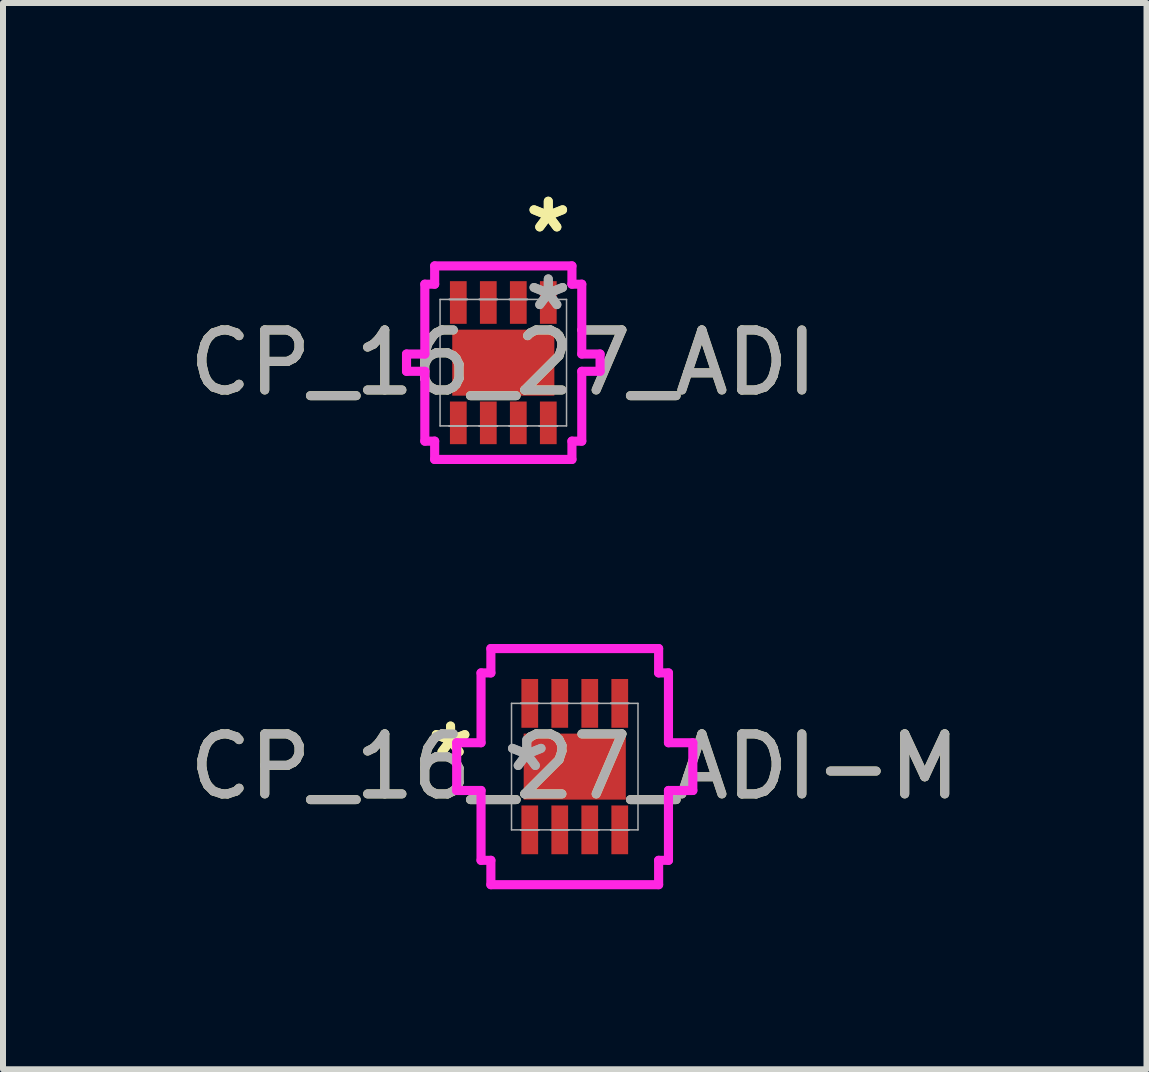
<source format=kicad_pcb>
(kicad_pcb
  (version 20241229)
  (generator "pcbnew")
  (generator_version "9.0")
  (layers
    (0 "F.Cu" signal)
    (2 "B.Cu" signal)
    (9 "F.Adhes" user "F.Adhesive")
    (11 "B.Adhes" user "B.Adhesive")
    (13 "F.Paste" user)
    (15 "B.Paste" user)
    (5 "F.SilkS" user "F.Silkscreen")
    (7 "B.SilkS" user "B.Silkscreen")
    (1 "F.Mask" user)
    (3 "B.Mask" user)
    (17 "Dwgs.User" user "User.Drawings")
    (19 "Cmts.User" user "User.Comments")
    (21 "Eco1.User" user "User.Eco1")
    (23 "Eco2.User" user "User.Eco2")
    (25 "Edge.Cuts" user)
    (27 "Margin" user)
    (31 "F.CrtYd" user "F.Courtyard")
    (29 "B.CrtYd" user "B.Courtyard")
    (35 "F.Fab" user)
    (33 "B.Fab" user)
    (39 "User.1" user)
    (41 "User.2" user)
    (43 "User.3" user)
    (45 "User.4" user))
  (footprint "CP_16_27_ADI"
    (layer "F.Cu")
    (at 5.339 2.995)
    (property "Reference" "CP_16_27_ADI" (at 0 0 0) (unlocked yes) (layer "F.SilkS") (effects (font (size 1 1) (thickness 0.15))))
    (attr smd)
    (fp_line (start -1.613 -0.144) (end -1.308 -0.144) (stroke (width 0.152) (type solid)) (layer "F.CrtYd"))
    (fp_line (start -1.613 0.144) (end -1.613 -0.144) (stroke (width 0.152) (type solid)) (layer "F.CrtYd"))
    (fp_line (start -1.308 -1.308) (end -1.144 -1.308) (stroke (width 0.152) (type solid)) (layer "F.CrtYd"))
    (fp_line (start -1.308 -0.144) (end -1.308 -1.308) (stroke (width 0.152) (type solid)) (layer "F.CrtYd"))
    (fp_line (start -1.308 0.144) (end -1.613 0.144) (stroke (width 0.152) (type solid)) (layer "F.CrtYd"))
    (fp_line (start -1.308 1.308) (end -1.308 0.144) (stroke (width 0.152) (type solid)) (layer "F.CrtYd"))
    (fp_line (start -1.144 -1.613) (end 1.144 -1.613) (stroke (width 0.152) (type solid)) (layer "F.CrtYd"))
    (fp_line (start -1.144 -1.308) (end -1.144 -1.613) (stroke (width 0.152) (type solid)) (layer "F.CrtYd"))
    (fp_line (start -1.144 1.308) (end -1.308 1.308) (stroke (width 0.152) (type solid)) (layer "F.CrtYd"))
    (fp_line (start -1.144 1.613) (end -1.144 1.308) (stroke (width 0.152) (type solid)) (layer "F.CrtYd"))
    (fp_line (start 1.144 -1.613) (end 1.144 -1.308) (stroke (width 0.152) (type solid)) (layer "F.CrtYd"))
    (fp_line (start 1.144 -1.308) (end 1.308 -1.308) (stroke (width 0.152) (type solid)) (layer "F.CrtYd"))
    (fp_line (start 1.144 1.308) (end 1.144 1.613) (stroke (width 0.152) (type solid)) (layer "F.CrtYd"))
    (fp_line (start 1.144 1.613) (end -1.144 1.613) (stroke (width 0.152) (type solid)) (layer "F.CrtYd"))
    (fp_line (start 1.308 -1.308) (end 1.308 -0.144) (stroke (width 0.152) (type solid)) (layer "F.CrtYd"))
    (fp_line (start 1.308 -0.144) (end 1.613 -0.144) (stroke (width 0.152) (type solid)) (layer "F.CrtYd"))
    (fp_line (start 1.308 0.144) (end 1.308 1.308) (stroke (width 0.152) (type solid)) (layer "F.CrtYd"))
    (fp_line (start 1.308 1.308) (end 1.144 1.308) (stroke (width 0.152) (type solid)) (layer "F.CrtYd"))
    (fp_line (start 1.613 -0.144) (end 1.613 0.144) (stroke (width 0.152) (type solid)) (layer "F.CrtYd"))
    (fp_line (start 1.613 0.144) (end 1.308 0.144) (stroke (width 0.152) (type solid)) (layer "F.CrtYd"))
    (fp_line (start -1.054 -1.054) (end -1.054 1.054) (stroke (width 0.025) (type solid)) (layer "F.Fab"))
    (fp_line (start -1.054 1.054) (end 1.054 1.054) (stroke (width 0.025) (type solid)) (layer "F.Fab"))
    (fp_line (start -0.902 -1.054) (end -0.902 -1.054) (stroke (width 0.025) (type solid)) (layer "F.Fab"))
    (fp_line (start -0.902 -1.054) (end -0.598 -1.054) (stroke (width 0.025) (type solid)) (layer "F.Fab"))
    (fp_line (start -0.902 1.054) (end -0.902 1.054) (stroke (width 0.025) (type solid)) (layer "F.Fab"))
    (fp_line (start -0.902 1.054) (end -0.598 1.054) (stroke (width 0.025) (type solid)) (layer "F.Fab"))
    (fp_line (start -0.598 -1.054) (end -0.902 -1.054) (stroke (width 0.025) (type solid)) (layer "F.Fab"))
    (fp_line (start -0.598 -1.054) (end -0.598 -1.054) (stroke (width 0.025) (type solid)) (layer "F.Fab"))
    (fp_line (start -0.598 1.054) (end -0.902 1.054) (stroke (width 0.025) (type solid)) (layer "F.Fab"))
    (fp_line (start -0.598 1.054) (end -0.598 1.054) (stroke (width 0.025) (type solid)) (layer "F.Fab"))
    (fp_line (start -0.402 -1.054) (end -0.402 -1.054) (stroke (width 0.025) (type solid)) (layer "F.Fab"))
    (fp_line (start -0.402 -1.054) (end -0.098 -1.054) (stroke (width 0.025) (type solid)) (layer "F.Fab"))
    (fp_line (start -0.402 1.054) (end -0.402 1.054) (stroke (width 0.025) (type solid)) (layer "F.Fab"))
    (fp_line (start -0.402 1.054) (end -0.098 1.054) (stroke (width 0.025) (type solid)) (layer "F.Fab"))
    (fp_line (start -0.098 -1.054) (end -0.402 -1.054) (stroke (width 0.025) (type solid)) (layer "F.Fab"))
    (fp_line (start -0.098 -1.054) (end -0.098 -1.054) (stroke (width 0.025) (type solid)) (layer "F.Fab"))
    (fp_line (start -0.098 1.054) (end -0.402 1.054) (stroke (width 0.025) (type solid)) (layer "F.Fab"))
    (fp_line (start -0.098 1.054) (end -0.098 1.054) (stroke (width 0.025) (type solid)) (layer "F.Fab"))
    (fp_line (start 0.098 -1.054) (end 0.098 -1.054) (stroke (width 0.025) (type solid)) (layer "F.Fab"))
    (fp_line (start 0.098 -1.054) (end 0.402 -1.054) (stroke (width 0.025) (type solid)) (layer "F.Fab"))
    (fp_line (start 0.098 1.054) (end 0.098 1.054) (stroke (width 0.025) (type solid)) (layer "F.Fab"))
    (fp_line (start 0.098 1.054) (end 0.402 1.054) (stroke (width 0.025) (type solid)) (layer "F.Fab"))
    (fp_line (start 0.402 -1.054) (end 0.098 -1.054) (stroke (width 0.025) (type solid)) (layer "F.Fab"))
    (fp_line (start 0.402 -1.054) (end 0.402 -1.054) (stroke (width 0.025) (type solid)) (layer "F.Fab"))
    (fp_line (start 0.402 1.054) (end 0.098 1.054) (stroke (width 0.025) (type solid)) (layer "F.Fab"))
    (fp_line (start 0.402 1.054) (end 0.402 1.054) (stroke (width 0.025) (type solid)) (layer "F.Fab"))
    (fp_line (start 0.598 -1.054) (end 0.598 -1.054) (stroke (width 0.025) (type solid)) (layer "F.Fab"))
    (fp_line (start 0.598 -1.054) (end 0.902 -1.054) (stroke (width 0.025) (type solid)) (layer "F.Fab"))
    (fp_line (start 0.598 1.054) (end 0.598 1.054) (stroke (width 0.025) (type solid)) (layer "F.Fab"))
    (fp_line (start 0.598 1.054) (end 0.902 1.054) (stroke (width 0.025) (type solid)) (layer "F.Fab"))
    (fp_line (start 0.902 -1.054) (end 0.598 -1.054) (stroke (width 0.025) (type solid)) (layer "F.Fab"))
    (fp_line (start 0.902 -1.054) (end 0.902 -1.054) (stroke (width 0.025) (type solid)) (layer "F.Fab"))
    (fp_line (start 0.902 1.054) (end 0.598 1.054) (stroke (width 0.025) (type solid)) (layer "F.Fab"))
    (fp_line (start 0.902 1.054) (end 0.902 1.054) (stroke (width 0.025) (type solid)) (layer "F.Fab"))
    (fp_line (start 1.054 -1.054) (end -1.054 -1.054) (stroke (width 0.025) (type solid)) (layer "F.Fab"))
    (fp_line (start 1.054 1.054) (end 1.054 -1.054) (stroke (width 0.025) (type solid)) (layer "F.Fab"))
    (fp_text user "*" (at 0.75 -2.146 0) (layer "F.SilkS") (effects (font (size 1 1) (thickness 0.15))))
    (fp_text user "*" (at 0.75 -2.146 0) (unlocked yes) (layer "F.SilkS") (effects (font (size 1 1) (thickness 0.15))))
    (fp_text user "*" (at 0.75 -0.851 0) (layer "F.Fab") (effects (font (size 1 1) (thickness 0.15))))
    (fp_text user "${REFERENCE}" (at 0 0 0) (unlocked yes) (layer "F.Fab") (effects (font (size 1 1) (thickness 0.15))))
    (fp_text user "*" (at 0.75 -0.851 0) (unlocked yes) (layer "F.Fab") (effects (font (size 1 1) (thickness 0.15))))
    (pad "1" smd rect (at 0.75 -1.003) (size 0.279 0.711) (layers "F.Cu" "F.Mask" "F.Paste"))
    (pad "2" smd rect (at 0.25 -1.003) (size 0.279 0.711) (layers "F.Cu" "F.Mask" "F.Paste"))
    (pad "3" smd rect (at -0.25 -1.003) (size 0.279 0.711) (layers "F.Cu" "F.Mask" "F.Paste"))
    (pad "4" smd rect (at -0.75 -1.003) (size 0.279 0.711) (layers "F.Cu" "F.Mask" "F.Paste"))
    (pad "5" smd rect (at -0.75 1.003) (size 0.279 0.711) (layers "F.Cu" "F.Mask" "F.Paste"))
    (pad "6" smd rect (at -0.25 1.003) (size 0.279 0.711) (layers "F.Cu" "F.Mask" "F.Paste"))
    (pad "7" smd rect (at 0.25 1.003) (size 0.279 0.711) (layers "F.Cu" "F.Mask" "F.Paste"))
    (pad "8" smd rect (at 0.75 1.003) (size 0.279 0.711) (layers "F.Cu" "F.Mask" "F.Paste"))
    (pad "HTAB" smd rect (at 0 0) (size 1.702 1.1) (layers "F.Cu" "F.Mask" "F.Paste")))
  (footprint "CP_16_27_ADI-M"
    (layer "F.Cu")
    (at 6.53 9.728)
    (property "Reference" "CP_16_27_ADI-M" (at 0 0 0) (unlocked yes) (layer "F.SilkS") (effects (font (size 1 1) (thickness 0.15))))
    (attr smd)
    (fp_line (start -1.968 -0.398) (end -1.562 -0.398) (stroke (width 0.152) (type solid)) (layer "F.CrtYd"))
    (fp_line (start -1.968 0.398) (end -1.968 -0.398) (stroke (width 0.152) (type solid)) (layer "F.CrtYd"))
    (fp_line (start -1.562 -1.562) (end -1.398 -1.562) (stroke (width 0.152) (type solid)) (layer "F.CrtYd"))
    (fp_line (start -1.562 -0.398) (end -1.562 -1.562) (stroke (width 0.152) (type solid)) (layer "F.CrtYd"))
    (fp_line (start -1.562 0.398) (end -1.968 0.398) (stroke (width 0.152) (type solid)) (layer "F.CrtYd"))
    (fp_line (start -1.562 1.562) (end -1.562 0.398) (stroke (width 0.152) (type solid)) (layer "F.CrtYd"))
    (fp_line (start -1.398 -1.968) (end 1.398 -1.968) (stroke (width 0.152) (type solid)) (layer "F.CrtYd"))
    (fp_line (start -1.398 -1.562) (end -1.398 -1.968) (stroke (width 0.152) (type solid)) (layer "F.CrtYd"))
    (fp_line (start -1.398 1.562) (end -1.562 1.562) (stroke (width 0.152) (type solid)) (layer "F.CrtYd"))
    (fp_line (start -1.398 1.968) (end -1.398 1.562) (stroke (width 0.152) (type solid)) (layer "F.CrtYd"))
    (fp_line (start 1.398 -1.968) (end 1.398 -1.562) (stroke (width 0.152) (type solid)) (layer "F.CrtYd"))
    (fp_line (start 1.398 -1.562) (end 1.562 -1.562) (stroke (width 0.152) (type solid)) (layer "F.CrtYd"))
    (fp_line (start 1.398 1.562) (end 1.398 1.968) (stroke (width 0.152) (type solid)) (layer "F.CrtYd"))
    (fp_line (start 1.398 1.968) (end -1.398 1.968) (stroke (width 0.152) (type solid)) (layer "F.CrtYd"))
    (fp_line (start 1.562 -1.562) (end 1.562 -0.398) (stroke (width 0.152) (type solid)) (layer "F.CrtYd"))
    (fp_line (start 1.562 -0.398) (end 1.968 -0.398) (stroke (width 0.152) (type solid)) (layer "F.CrtYd"))
    (fp_line (start 1.562 0.398) (end 1.562 1.562) (stroke (width 0.152) (type solid)) (layer "F.CrtYd"))
    (fp_line (start 1.562 1.562) (end 1.398 1.562) (stroke (width 0.152) (type solid)) (layer "F.CrtYd"))
    (fp_line (start 1.968 -0.398) (end 1.968 0.398) (stroke (width 0.152) (type solid)) (layer "F.CrtYd"))
    (fp_line (start 1.968 0.398) (end 1.562 0.398) (stroke (width 0.152) (type solid)) (layer "F.CrtYd"))
    (fp_line (start -1.054 -1.054) (end -1.054 1.054) (stroke (width 0.025) (type solid)) (layer "F.Fab"))
    (fp_line (start -1.054 1.054) (end 1.054 1.054) (stroke (width 0.025) (type solid)) (layer "F.Fab"))
    (fp_line (start -0.902 -1.054) (end -0.902 -1.054) (stroke (width 0.025) (type solid)) (layer "F.Fab"))
    (fp_line (start -0.902 -1.054) (end -0.598 -1.054) (stroke (width 0.025) (type solid)) (layer "F.Fab"))
    (fp_line (start -0.902 1.054) (end -0.902 1.054) (stroke (width 0.025) (type solid)) (layer "F.Fab"))
    (fp_line (start -0.902 1.054) (end -0.598 1.054) (stroke (width 0.025) (type solid)) (layer "F.Fab"))
    (fp_line (start -0.598 -1.054) (end -0.902 -1.054) (stroke (width 0.025) (type solid)) (layer "F.Fab"))
    (fp_line (start -0.598 -1.054) (end -0.598 -1.054) (stroke (width 0.025) (type solid)) (layer "F.Fab"))
    (fp_line (start -0.598 1.054) (end -0.902 1.054) (stroke (width 0.025) (type solid)) (layer "F.Fab"))
    (fp_line (start -0.598 1.054) (end -0.598 1.054) (stroke (width 0.025) (type solid)) (layer "F.Fab"))
    (fp_line (start -0.402 -1.054) (end -0.402 -1.054) (stroke (width 0.025) (type solid)) (layer "F.Fab"))
    (fp_line (start -0.402 -1.054) (end -0.098 -1.054) (stroke (width 0.025) (type solid)) (layer "F.Fab"))
    (fp_line (start -0.402 1.054) (end -0.402 1.054) (stroke (width 0.025) (type solid)) (layer "F.Fab"))
    (fp_line (start -0.402 1.054) (end -0.098 1.054) (stroke (width 0.025) (type solid)) (layer "F.Fab"))
    (fp_line (start -0.098 -1.054) (end -0.402 -1.054) (stroke (width 0.025) (type solid)) (layer "F.Fab"))
    (fp_line (start -0.098 -1.054) (end -0.098 -1.054) (stroke (width 0.025) (type solid)) (layer "F.Fab"))
    (fp_line (start -0.098 1.054) (end -0.402 1.054) (stroke (width 0.025) (type solid)) (layer "F.Fab"))
    (fp_line (start -0.098 1.054) (end -0.098 1.054) (stroke (width 0.025) (type solid)) (layer "F.Fab"))
    (fp_line (start 0.098 -1.054) (end 0.098 -1.054) (stroke (width 0.025) (type solid)) (layer "F.Fab"))
    (fp_line (start 0.098 -1.054) (end 0.402 -1.054) (stroke (width 0.025) (type solid)) (layer "F.Fab"))
    (fp_line (start 0.098 1.054) (end 0.098 1.054) (stroke (width 0.025) (type solid)) (layer "F.Fab"))
    (fp_line (start 0.098 1.054) (end 0.402 1.054) (stroke (width 0.025) (type solid)) (layer "F.Fab"))
    (fp_line (start 0.402 -1.054) (end 0.098 -1.054) (stroke (width 0.025) (type solid)) (layer "F.Fab"))
    (fp_line (start 0.402 -1.054) (end 0.402 -1.054) (stroke (width 0.025) (type solid)) (layer "F.Fab"))
    (fp_line (start 0.402 1.054) (end 0.098 1.054) (stroke (width 0.025) (type solid)) (layer "F.Fab"))
    (fp_line (start 0.402 1.054) (end 0.402 1.054) (stroke (width 0.025) (type solid)) (layer "F.Fab"))
    (fp_line (start 0.598 -1.054) (end 0.598 -1.054) (stroke (width 0.025) (type solid)) (layer "F.Fab"))
    (fp_line (start 0.598 -1.054) (end 0.902 -1.054) (stroke (width 0.025) (type solid)) (layer "F.Fab"))
    (fp_line (start 0.598 1.054) (end 0.598 1.054) (stroke (width 0.025) (type solid)) (layer "F.Fab"))
    (fp_line (start 0.598 1.054) (end 0.902 1.054) (stroke (width 0.025) (type solid)) (layer "F.Fab"))
    (fp_line (start 0.902 -1.054) (end 0.598 -1.054) (stroke (width 0.025) (type solid)) (layer "F.Fab"))
    (fp_line (start 0.902 -1.054) (end 0.902 -1.054) (stroke (width 0.025) (type solid)) (layer "F.Fab"))
    (fp_line (start 0.902 1.054) (end 0.598 1.054) (stroke (width 0.025) (type solid)) (layer "F.Fab"))
    (fp_line (start 0.902 1.054) (end 0.902 1.054) (stroke (width 0.025) (type solid)) (layer "F.Fab"))
    (fp_line (start 1.054 -1.054) (end -1.054 -1.054) (stroke (width 0.025) (type solid)) (layer "F.Fab"))
    (fp_line (start 1.054 1.054) (end 1.054 -1.054) (stroke (width 0.025) (type solid)) (layer "F.Fab"))
    (fp_text user "*" (at -2.07 -0.131 0) (unlocked yes) (layer "F.SilkS") (effects (font (size 1 1) (thickness 0.15))))
    (fp_text user "*" (at -2.07 -0.131 0) (layer "F.SilkS") (effects (font (size 1 1) (thickness 0.15))))
    (fp_text user "${REFERENCE}" (at 0 0 0) (unlocked yes) (layer "F.Fab") (effects (font (size 1 1) (thickness 0.15))))
    (fp_text user "*" (at -0.8 0.098 0) (layer "F.Fab") (effects (font (size 1 1) (thickness 0.15))))
    (fp_text user "*" (at -0.8 0.098 0) (unlocked yes) (layer "F.Fab") (effects (font (size 1 1) (thickness 0.15))))
    (pad "1" smd rect (at 0.75 -1.054) (size 0.279 0.813) (layers "F.Cu" "F.Mask" "F.Paste"))
    (pad "2" smd rect (at 0.25 -1.054) (size 0.279 0.813) (layers "F.Cu" "F.Mask" "F.Paste"))
    (pad "3" smd rect (at -0.25 -1.054) (size 0.279 0.813) (layers "F.Cu" "F.Mask" "F.Paste"))
    (pad "4" smd rect (at -0.75 -1.054) (size 0.279 0.813) (layers "F.Cu" "F.Mask" "F.Paste"))
    (pad "5" smd rect (at -0.75 1.054) (size 0.279 0.813) (layers "F.Cu" "F.Mask" "F.Paste"))
    (pad "6" smd rect (at -0.25 1.054) (size 0.279 0.813) (layers "F.Cu" "F.Mask" "F.Paste"))
    (pad "7" smd rect (at 0.25 1.054) (size 0.279 0.813) (layers "F.Cu" "F.Mask" "F.Paste"))
    (pad "8" smd rect (at 0.75 1.054) (size 0.279 0.813) (layers "F.Cu" "F.Mask" "F.Paste"))
    (pad "HTAB" smd rect (at 0 0) (size 1.702 1.1) (layers "F.Cu" "F.Mask" "F.Paste")))
  (gr_rect
    (start -3 -3)
    (end 16.06 14.773)
    (stroke (width 0.1) (type default))
    (fill no)
    (layer "Edge.Cuts")))
</source>
